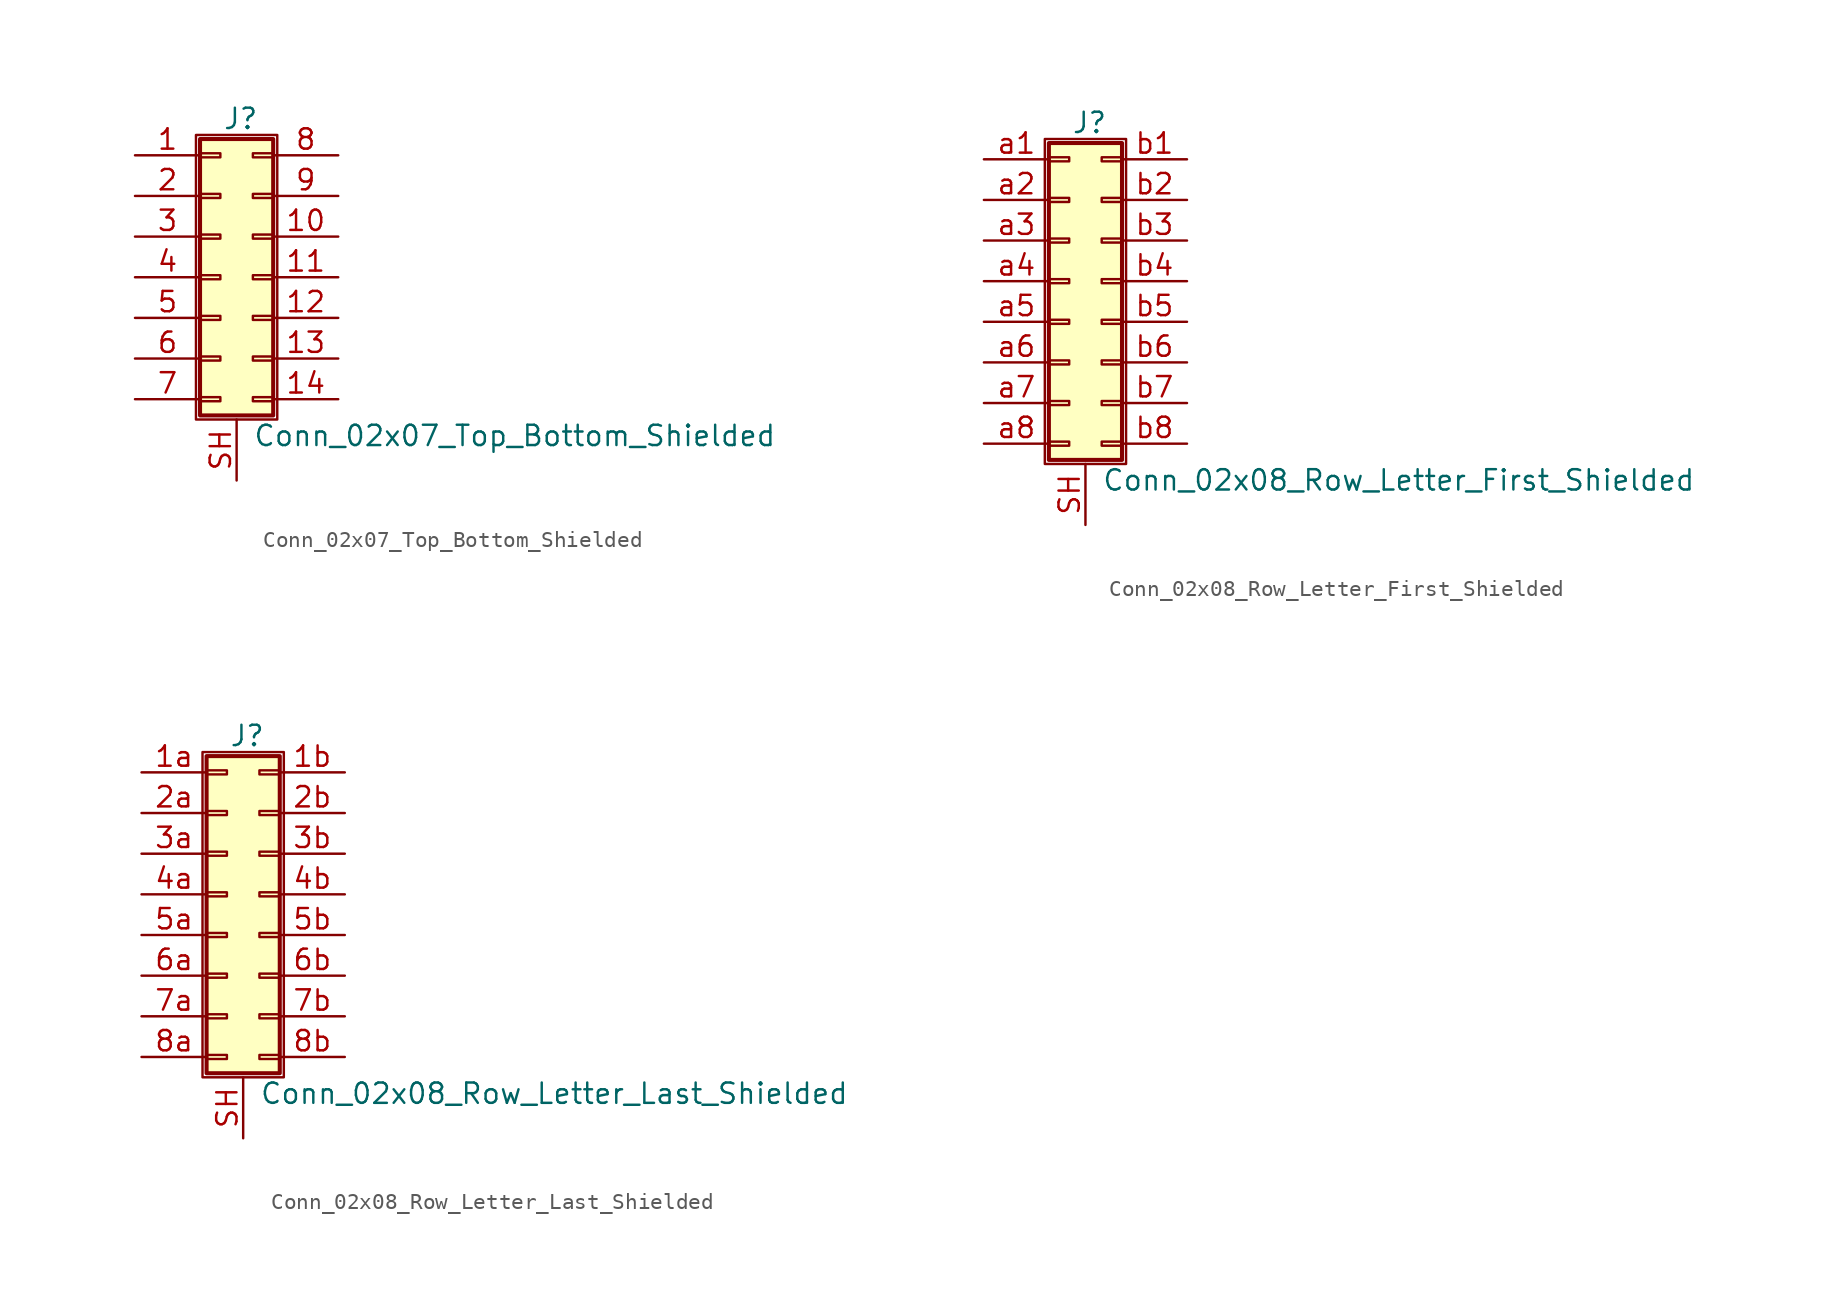
<source format=kicad_sym>
(kicad_symbol_lib
  (version 20220914)
  (generator kicad_symbol_editor)
  (symbol "Conn_02x07_Top_Bottom_Shielded"
    (pin_names
      (offset 1.016) hide)
    (property "Reference" "J"
      (at 1.524 9.906 0)
      (effects (font (size 1.27 1.27))))
    (property "Value" "Conn_02x07_Top_Bottom_Shielded"
      (at 2.286 -9.906 0)
      (effects (font (size 1.27 1.27)) (justify left)))
    (symbol "Conn_02x07_Top_Bottom_Shielded_1_1"
      (rectangle (start -1.27 8.89) (end 3.81 -8.89) (stroke (width 0.152) (type default)) (fill (type none)))
      (rectangle (start -1.016 -7.493) (end 0.254 -7.747) (stroke (width 0.152) (type default)) (fill (type none)))
      (rectangle (start -1.016 -4.953) (end 0.254 -5.207) (stroke (width 0.152) (type default)) (fill (type none)))
      (rectangle (start -1.016 -2.413) (end 0.254 -2.667) (stroke (width 0.152) (type default)) (fill (type none)))
      (rectangle (start -1.016 0.127) (end 0.254 -0.127) (stroke (width 0.152) (type default)) (fill (type none)))
      (rectangle (start -1.016 2.667) (end 0.254 2.413) (stroke (width 0.152) (type default)) (fill (type none)))
      (rectangle (start -1.016 5.207) (end 0.254 4.953) (stroke (width 0.152) (type default)) (fill (type none)))
      (rectangle (start -1.016 7.747) (end 0.254 7.493) (stroke (width 0.152) (type default)) (fill (type none)))
      (rectangle (start -1.016 8.636) (end 3.556 -8.636) (stroke (width 0.254) (type default)) (fill (type background)))
      (rectangle (start 3.556 -7.493) (end 2.286 -7.747) (stroke (width 0.152) (type default)) (fill (type none)))
      (rectangle (start 3.556 -4.953) (end 2.286 -5.207) (stroke (width 0.152) (type default)) (fill (type none)))
      (rectangle (start 3.556 -2.413) (end 2.286 -2.667) (stroke (width 0.152) (type default)) (fill (type none)))
      (rectangle (start 3.556 0.127) (end 2.286 -0.127) (stroke (width 0.152) (type default)) (fill (type none)))
      (rectangle (start 3.556 2.667) (end 2.286 2.413) (stroke (width 0.152) (type default)) (fill (type none)))
      (rectangle (start 3.556 5.207) (end 2.286 4.953) (stroke (width 0.152) (type default)) (fill (type none)))
      (rectangle (start 3.556 7.747) (end 2.286 7.493) (stroke (width 0.152) (type default)) (fill (type none)))
      (pin passive line (at -5.08 7.62 0) (length 4.064) (name "Pin_1" (effects (font (size 1.27 1.27)))) (number "1" (effects (font (size 1.27 1.27)))))
      (pin passive line (at 7.62 2.54 180) (length 4.064) (name "Pin_10" (effects (font (size 1.27 1.27)))) (number "10" (effects (font (size 1.27 1.27)))))
      (pin passive line (at 7.62 0 180) (length 4.064) (name "Pin_11" (effects (font (size 1.27 1.27)))) (number "11" (effects (font (size 1.27 1.27)))))
      (pin passive line (at 7.62 -2.54 180) (length 4.064) (name "Pin_12" (effects (font (size 1.27 1.27)))) (number "12" (effects (font (size 1.27 1.27)))))
      (pin passive line (at 7.62 -5.08 180) (length 4.064) (name "Pin_13" (effects (font (size 1.27 1.27)))) (number "13" (effects (font (size 1.27 1.27)))))
      (pin passive line (at 7.62 -7.62 180) (length 4.064) (name "Pin_14" (effects (font (size 1.27 1.27)))) (number "14" (effects (font (size 1.27 1.27)))))
      (pin passive line (at -5.08 5.08 0) (length 4.064) (name "Pin_2" (effects (font (size 1.27 1.27)))) (number "2" (effects (font (size 1.27 1.27)))))
      (pin passive line (at -5.08 2.54 0) (length 4.064) (name "Pin_3" (effects (font (size 1.27 1.27)))) (number "3" (effects (font (size 1.27 1.27)))))
      (pin passive line (at -5.08 0 0) (length 4.064) (name "Pin_4" (effects (font (size 1.27 1.27)))) (number "4" (effects (font (size 1.27 1.27)))))
      (pin passive line (at -5.08 -2.54 0) (length 4.064) (name "Pin_5" (effects (font (size 1.27 1.27)))) (number "5" (effects (font (size 1.27 1.27)))))
      (pin passive line (at -5.08 -5.08 0) (length 4.064) (name "Pin_6" (effects (font (size 1.27 1.27)))) (number "6" (effects (font (size 1.27 1.27)))))
      (pin passive line (at -5.08 -7.62 0) (length 4.064) (name "Pin_7" (effects (font (size 1.27 1.27)))) (number "7" (effects (font (size 1.27 1.27)))))
      (pin passive line (at 7.62 7.62 180) (length 4.064) (name "Pin_8" (effects (font (size 1.27 1.27)))) (number "8" (effects (font (size 1.27 1.27)))))
      (pin passive line (at 7.62 5.08 180) (length 4.064) (name "Pin_9" (effects (font (size 1.27 1.27)))) (number "9" (effects (font (size 1.27 1.27)))))
      (pin passive line (at 1.27 -12.7 90) (length 3.81) (name "Shield" (effects (font (size 1.27 1.27)))) (number "SH" (effects (font (size 1.27 1.27)))))))
  (symbol "Conn_02x08_Row_Letter_First_Shielded"
    (pin_names
      (offset 1.016) hide)
    (property "Reference" "J"
      (at 1.524 9.906 0)
      (effects (font (size 1.27 1.27))))
    (property "Value" "Conn_02x08_Row_Letter_First_Shielded"
      (at 2.286 -12.446 0)
      (effects (font (size 1.27 1.27)) (justify left)))
    (symbol "Conn_02x08_Row_Letter_First_Shielded_1_1"
      (rectangle (start -1.27 8.89) (end 3.81 -11.43) (stroke (width 0.152) (type default)) (fill (type none)))
      (rectangle (start -1.016 -10.033) (end 0.254 -10.287) (stroke (width 0.152) (type default)) (fill (type none)))
      (rectangle (start -1.016 -7.493) (end 0.254 -7.747) (stroke (width 0.152) (type default)) (fill (type none)))
      (rectangle (start -1.016 -4.953) (end 0.254 -5.207) (stroke (width 0.152) (type default)) (fill (type none)))
      (rectangle (start -1.016 -2.413) (end 0.254 -2.667) (stroke (width 0.152) (type default)) (fill (type none)))
      (rectangle (start -1.016 0.127) (end 0.254 -0.127) (stroke (width 0.152) (type default)) (fill (type none)))
      (rectangle (start -1.016 2.667) (end 0.254 2.413) (stroke (width 0.152) (type default)) (fill (type none)))
      (rectangle (start -1.016 5.207) (end 0.254 4.953) (stroke (width 0.152) (type default)) (fill (type none)))
      (rectangle (start -1.016 7.747) (end 0.254 7.493) (stroke (width 0.152) (type default)) (fill (type none)))
      (rectangle (start -1.016 8.636) (end 3.556 -11.176) (stroke (width 0.254) (type default)) (fill (type background)))
      (rectangle (start 3.556 -10.033) (end 2.286 -10.287) (stroke (width 0.152) (type default)) (fill (type none)))
      (rectangle (start 3.556 -7.493) (end 2.286 -7.747) (stroke (width 0.152) (type default)) (fill (type none)))
      (rectangle (start 3.556 -4.953) (end 2.286 -5.207) (stroke (width 0.152) (type default)) (fill (type none)))
      (rectangle (start 3.556 -2.413) (end 2.286 -2.667) (stroke (width 0.152) (type default)) (fill (type none)))
      (rectangle (start 3.556 0.127) (end 2.286 -0.127) (stroke (width 0.152) (type default)) (fill (type none)))
      (rectangle (start 3.556 2.667) (end 2.286 2.413) (stroke (width 0.152) (type default)) (fill (type none)))
      (rectangle (start 3.556 5.207) (end 2.286 4.953) (stroke (width 0.152) (type default)) (fill (type none)))
      (rectangle (start 3.556 7.747) (end 2.286 7.493) (stroke (width 0.152) (type default)) (fill (type none)))
      (pin passive line (at 1.27 -15.24 90) (length 3.81) (name "Shield" (effects (font (size 1.27 1.27)))) (number "SH" (effects (font (size 1.27 1.27)))))
      (pin passive line (at -5.08 7.62 0) (length 4.064) (name "Pin_a1" (effects (font (size 1.27 1.27)))) (number "a1" (effects (font (size 1.27 1.27)))))
      (pin passive line (at -5.08 5.08 0) (length 4.064) (name "Pin_a2" (effects (font (size 1.27 1.27)))) (number "a2" (effects (font (size 1.27 1.27)))))
      (pin passive line (at -5.08 2.54 0) (length 4.064) (name "Pin_a3" (effects (font (size 1.27 1.27)))) (number "a3" (effects (font (size 1.27 1.27)))))
      (pin passive line (at -5.08 0 0) (length 4.064) (name "Pin_a4" (effects (font (size 1.27 1.27)))) (number "a4" (effects (font (size 1.27 1.27)))))
      (pin passive line (at -5.08 -2.54 0) (length 4.064) (name "Pin_a5" (effects (font (size 1.27 1.27)))) (number "a5" (effects (font (size 1.27 1.27)))))
      (pin passive line (at -5.08 -5.08 0) (length 4.064) (name "Pin_a6" (effects (font (size 1.27 1.27)))) (number "a6" (effects (font (size 1.27 1.27)))))
      (pin passive line (at -5.08 -7.62 0) (length 4.064) (name "Pin_a7" (effects (font (size 1.27 1.27)))) (number "a7" (effects (font (size 1.27 1.27)))))
      (pin passive line (at -5.08 -10.16 0) (length 4.064) (name "Pin_a8" (effects (font (size 1.27 1.27)))) (number "a8" (effects (font (size 1.27 1.27)))))
      (pin passive line (at 7.62 7.62 180) (length 4.064) (name "Pin_b1" (effects (font (size 1.27 1.27)))) (number "b1" (effects (font (size 1.27 1.27)))))
      (pin passive line (at 7.62 5.08 180) (length 4.064) (name "Pin_b2" (effects (font (size 1.27 1.27)))) (number "b2" (effects (font (size 1.27 1.27)))))
      (pin passive line (at 7.62 2.54 180) (length 4.064) (name "Pin_b3" (effects (font (size 1.27 1.27)))) (number "b3" (effects (font (size 1.27 1.27)))))
      (pin passive line (at 7.62 0 180) (length 4.064) (name "Pin_b4" (effects (font (size 1.27 1.27)))) (number "b4" (effects (font (size 1.27 1.27)))))
      (pin passive line (at 7.62 -2.54 180) (length 4.064) (name "Pin_b5" (effects (font (size 1.27 1.27)))) (number "b5" (effects (font (size 1.27 1.27)))))
      (pin passive line (at 7.62 -5.08 180) (length 4.064) (name "Pin_b6" (effects (font (size 1.27 1.27)))) (number "b6" (effects (font (size 1.27 1.27)))))
      (pin passive line (at 7.62 -7.62 180) (length 4.064) (name "Pin_b7" (effects (font (size 1.27 1.27)))) (number "b7" (effects (font (size 1.27 1.27)))))
      (pin passive line (at 7.62 -10.16 180) (length 4.064) (name "Pin_b8" (effects (font (size 1.27 1.27)))) (number "b8" (effects (font (size 1.27 1.27)))))))
  (symbol "Conn_02x08_Row_Letter_Last_Shielded"
    (pin_names
      (offset 1.016) hide)
    (property "Reference" "J"
      (at 1.524 9.906 0)
      (effects (font (size 1.27 1.27))))
    (property "Value" "Conn_02x08_Row_Letter_Last_Shielded"
      (at 2.286 -12.446 0)
      (effects (font (size 1.27 1.27)) (justify left)))
    (symbol "Conn_02x08_Row_Letter_Last_Shielded_1_1"
      (rectangle (start -1.27 8.89) (end 3.81 -11.43) (stroke (width 0.152) (type default)) (fill (type none)))
      (rectangle (start -1.016 -10.033) (end 0.254 -10.287) (stroke (width 0.152) (type default)) (fill (type none)))
      (rectangle (start -1.016 -7.493) (end 0.254 -7.747) (stroke (width 0.152) (type default)) (fill (type none)))
      (rectangle (start -1.016 -4.953) (end 0.254 -5.207) (stroke (width 0.152) (type default)) (fill (type none)))
      (rectangle (start -1.016 -2.413) (end 0.254 -2.667) (stroke (width 0.152) (type default)) (fill (type none)))
      (rectangle (start -1.016 0.127) (end 0.254 -0.127) (stroke (width 0.152) (type default)) (fill (type none)))
      (rectangle (start -1.016 2.667) (end 0.254 2.413) (stroke (width 0.152) (type default)) (fill (type none)))
      (rectangle (start -1.016 5.207) (end 0.254 4.953) (stroke (width 0.152) (type default)) (fill (type none)))
      (rectangle (start -1.016 7.747) (end 0.254 7.493) (stroke (width 0.152) (type default)) (fill (type none)))
      (rectangle (start -1.016 8.636) (end 3.556 -11.176) (stroke (width 0.254) (type default)) (fill (type background)))
      (rectangle (start 3.556 -10.033) (end 2.286 -10.287) (stroke (width 0.152) (type default)) (fill (type none)))
      (rectangle (start 3.556 -7.493) (end 2.286 -7.747) (stroke (width 0.152) (type default)) (fill (type none)))
      (rectangle (start 3.556 -4.953) (end 2.286 -5.207) (stroke (width 0.152) (type default)) (fill (type none)))
      (rectangle (start 3.556 -2.413) (end 2.286 -2.667) (stroke (width 0.152) (type default)) (fill (type none)))
      (rectangle (start 3.556 0.127) (end 2.286 -0.127) (stroke (width 0.152) (type default)) (fill (type none)))
      (rectangle (start 3.556 2.667) (end 2.286 2.413) (stroke (width 0.152) (type default)) (fill (type none)))
      (rectangle (start 3.556 5.207) (end 2.286 4.953) (stroke (width 0.152) (type default)) (fill (type none)))
      (rectangle (start 3.556 7.747) (end 2.286 7.493) (stroke (width 0.152) (type default)) (fill (type none)))
      (pin passive line (at -5.08 7.62 0) (length 4.064) (name "Pin_1a" (effects (font (size 1.27 1.27)))) (number "1a" (effects (font (size 1.27 1.27)))))
      (pin passive line (at 7.62 7.62 180) (length 4.064) (name "Pin_1b" (effects (font (size 1.27 1.27)))) (number "1b" (effects (font (size 1.27 1.27)))))
      (pin passive line (at -5.08 5.08 0) (length 4.064) (name "Pin_2a" (effects (font (size 1.27 1.27)))) (number "2a" (effects (font (size 1.27 1.27)))))
      (pin passive line (at 7.62 5.08 180) (length 4.064) (name "Pin_2b" (effects (font (size 1.27 1.27)))) (number "2b" (effects (font (size 1.27 1.27)))))
      (pin passive line (at -5.08 2.54 0) (length 4.064) (name "Pin_3a" (effects (font (size 1.27 1.27)))) (number "3a" (effects (font (size 1.27 1.27)))))
      (pin passive line (at 7.62 2.54 180) (length 4.064) (name "Pin_3b" (effects (font (size 1.27 1.27)))) (number "3b" (effects (font (size 1.27 1.27)))))
      (pin passive line (at -5.08 0 0) (length 4.064) (name "Pin_4a" (effects (font (size 1.27 1.27)))) (number "4a" (effects (font (size 1.27 1.27)))))
      (pin passive line (at 7.62 0 180) (length 4.064) (name "Pin_4b" (effects (font (size 1.27 1.27)))) (number "4b" (effects (font (size 1.27 1.27)))))
      (pin passive line (at -5.08 -2.54 0) (length 4.064) (name "Pin_5a" (effects (font (size 1.27 1.27)))) (number "5a" (effects (font (size 1.27 1.27)))))
      (pin passive line (at 7.62 -2.54 180) (length 4.064) (name "Pin_5b" (effects (font (size 1.27 1.27)))) (number "5b" (effects (font (size 1.27 1.27)))))
      (pin passive line (at -5.08 -5.08 0) (length 4.064) (name "Pin_6a" (effects (font (size 1.27 1.27)))) (number "6a" (effects (font (size 1.27 1.27)))))
      (pin passive line (at 7.62 -5.08 180) (length 4.064) (name "Pin_6b" (effects (font (size 1.27 1.27)))) (number "6b" (effects (font (size 1.27 1.27)))))
      (pin passive line (at -5.08 -7.62 0) (length 4.064) (name "Pin_7a" (effects (font (size 1.27 1.27)))) (number "7a" (effects (font (size 1.27 1.27)))))
      (pin passive line (at 7.62 -7.62 180) (length 4.064) (name "Pin_7b" (effects (font (size 1.27 1.27)))) (number "7b" (effects (font (size 1.27 1.27)))))
      (pin passive line (at -5.08 -10.16 0) (length 4.064) (name "Pin_8a" (effects (font (size 1.27 1.27)))) (number "8a" (effects (font (size 1.27 1.27)))))
      (pin passive line (at 7.62 -10.16 180) (length 4.064) (name "Pin_8b" (effects (font (size 1.27 1.27)))) (number "8b" (effects (font (size 1.27 1.27)))))
      (pin passive line (at 1.27 -15.24 90) (length 3.81) (name "Shield" (effects (font (size 1.27 1.27)))) (number "SH" (effects (font (size 1.27 1.27))))))))
</source>
